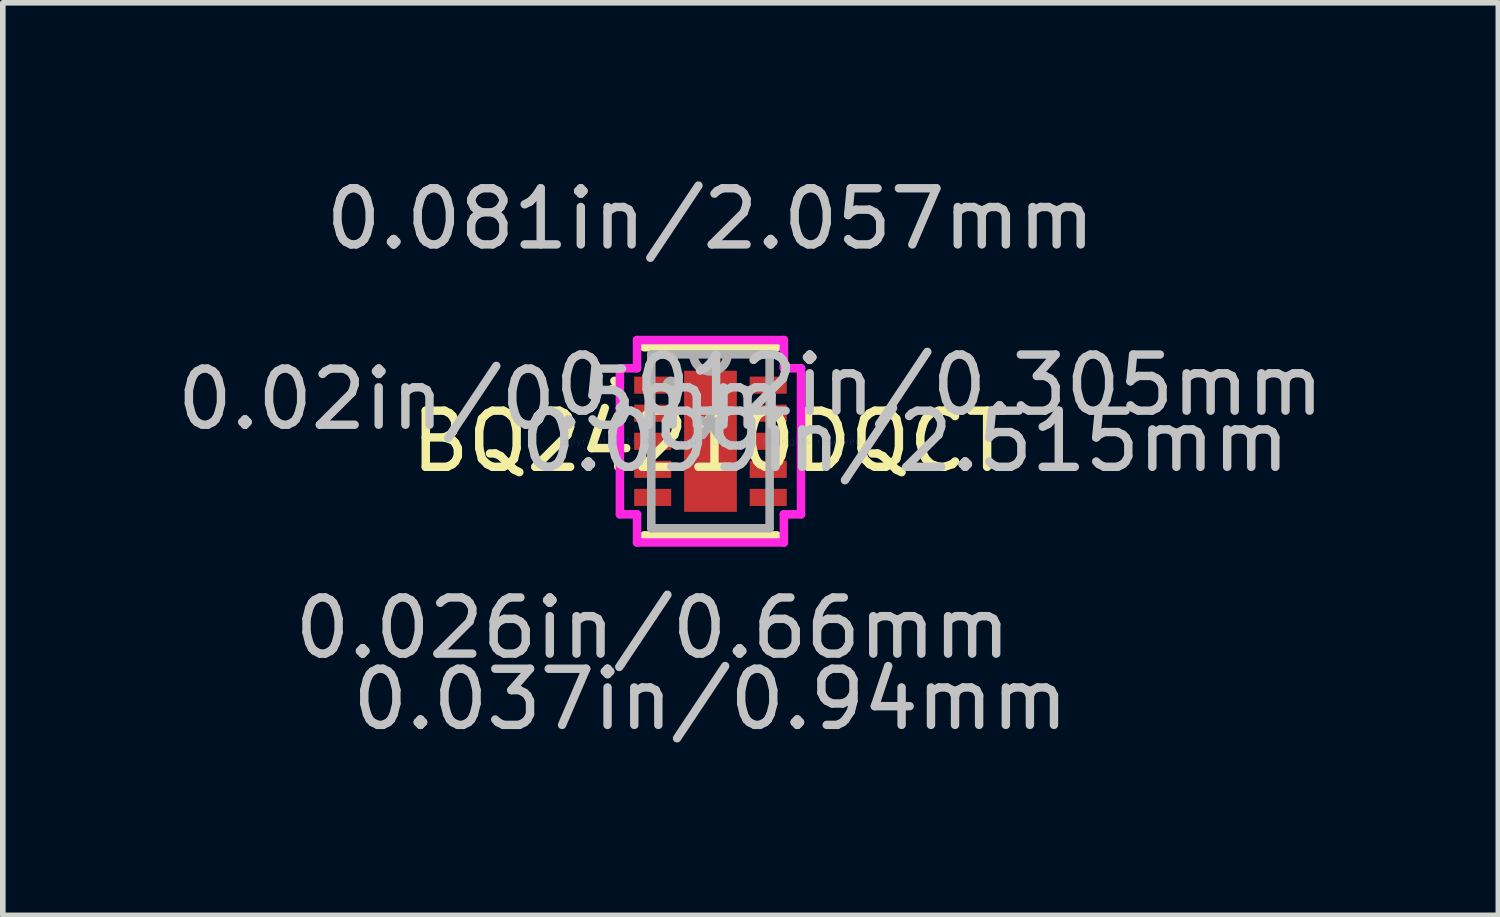
<source format=kicad_pcb>
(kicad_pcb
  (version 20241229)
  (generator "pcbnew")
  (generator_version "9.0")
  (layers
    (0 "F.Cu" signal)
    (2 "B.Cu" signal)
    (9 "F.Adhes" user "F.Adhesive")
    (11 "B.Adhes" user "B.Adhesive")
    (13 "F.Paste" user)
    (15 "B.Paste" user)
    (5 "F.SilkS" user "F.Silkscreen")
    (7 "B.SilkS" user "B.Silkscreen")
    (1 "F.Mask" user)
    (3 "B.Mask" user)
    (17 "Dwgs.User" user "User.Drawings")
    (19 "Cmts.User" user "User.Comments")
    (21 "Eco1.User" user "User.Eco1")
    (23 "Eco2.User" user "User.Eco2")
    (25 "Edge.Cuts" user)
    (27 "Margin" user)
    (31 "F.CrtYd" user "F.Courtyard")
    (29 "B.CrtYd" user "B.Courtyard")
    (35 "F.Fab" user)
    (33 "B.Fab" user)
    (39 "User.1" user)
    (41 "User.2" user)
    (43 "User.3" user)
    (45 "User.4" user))
  (footprint "BQ24210DQCT"
    (layer "F.Cu")
    (at 9.606 4.811)
    (property "Reference" "BQ24210DQCT" (at 0 0 0) (layer "F.SilkS") (effects (font (size 1 1) (thickness 0.15))))
    (attr through_hole)
    (fp_line (start -1.181 1.676) (end 1.181 1.676) (stroke (width 0.152) (type solid)) (layer "F.SilkS"))
    (fp_line (start 1.181 -1.676) (end -1.181 -1.676) (stroke (width 0.152) (type solid)) (layer "F.SilkS"))
    (fp_arc (start -1.7105 -1.0762) (mid -1.636671 -0.98114) (end -1.747046 -0.933136) (stroke (width 0.1524) (type solid)) (layer "F.SilkS"))
    (fp_line (start -0.47 -1.257) (end -0.47 1.257) (stroke (width 0.152) (type solid)) (layer "F.Paste"))
    (fp_line (start -0.47 1.257) (end 0.47 1.257) (stroke (width 0.152) (type solid)) (layer "F.Paste"))
    (fp_line (start 0.47 -1.257) (end -0.47 -1.257) (stroke (width 0.152) (type solid)) (layer "F.Paste"))
    (fp_line (start 0.47 1.257) (end 0.47 -1.257) (stroke (width 0.152) (type solid)) (layer "F.Paste"))
    (fp_line (start -1.613 -1.301) (end -1.308 -1.301) (stroke (width 0.152) (type solid)) (layer "F.CrtYd"))
    (fp_line (start -1.613 1.301) (end -1.613 -1.301) (stroke (width 0.152) (type solid)) (layer "F.CrtYd"))
    (fp_line (start -1.308 -1.803) (end 1.308 -1.803) (stroke (width 0.152) (type solid)) (layer "F.CrtYd"))
    (fp_line (start -1.308 -1.301) (end -1.308 -1.803) (stroke (width 0.152) (type solid)) (layer "F.CrtYd"))
    (fp_line (start -1.308 1.301) (end -1.613 1.301) (stroke (width 0.152) (type solid)) (layer "F.CrtYd"))
    (fp_line (start -1.308 1.803) (end -1.308 1.301) (stroke (width 0.152) (type solid)) (layer "F.CrtYd"))
    (fp_line (start 1.308 -1.803) (end 1.308 -1.301) (stroke (width 0.152) (type solid)) (layer "F.CrtYd"))
    (fp_line (start 1.308 -1.301) (end 1.613 -1.301) (stroke (width 0.152) (type solid)) (layer "F.CrtYd"))
    (fp_line (start 1.308 1.301) (end 1.308 1.803) (stroke (width 0.152) (type solid)) (layer "F.CrtYd"))
    (fp_line (start 1.308 1.803) (end -1.308 1.803) (stroke (width 0.152) (type solid)) (layer "F.CrtYd"))
    (fp_line (start 1.613 -1.301) (end 1.613 1.301) (stroke (width 0.152) (type solid)) (layer "F.CrtYd"))
    (fp_line (start 1.613 1.301) (end 1.308 1.301) (stroke (width 0.152) (type solid)) (layer "F.CrtYd"))
    (fp_line (start -1.054 -1.549) (end -1.054 1.549) (stroke (width 0.152) (type solid)) (layer "F.Fab"))
    (fp_line (start -1.054 1.549) (end 1.054 1.549) (stroke (width 0.152) (type solid)) (layer "F.Fab"))
    (fp_line (start 1.054 -1.549) (end -1.054 -1.549) (stroke (width 0.152) (type solid)) (layer "F.Fab"))
    (fp_line (start 1.054 1.549) (end 1.054 -1.549) (stroke (width 0.152) (type solid)) (layer "F.Fab"))
    (fp_arc (start 0.3048 -1.5494) (mid 0 -1.2446) (end -0.3048 -1.5494) (stroke (width 0.1524) (type solid)) (layer "F.Fab"))
    (fp_circle (center -0.699 -1) (end -0.622 -1) (stroke (width 0.152) (type solid)) (fill no) (layer "F.Fab"))
    (fp_text user "*" (at 0 0 0) (layer "F.SilkS") (effects (font (size 1 1) (thickness 0.15))))
    (fp_text user "0.037in/0.94mm" (at 0 4.597 0) (layer "Dwgs.User") (effects (font (size 1 1) (thickness 0.15))))
    (fp_text user "0.026in/0.66mm" (at -1.029 3.327 0) (layer "Dwgs.User") (effects (font (size 1 1) (thickness 0.15))))
    (fp_text user "0.099in/2.515mm" (at 3.467 0 0) (layer "Dwgs.User") (effects (font (size 1 1) (thickness 0.15))))
    (fp_text user "0.081in/2.057mm" (at 0 -3.962 0) (layer "Dwgs.User") (effects (font (size 1 1) (thickness 0.15))))
    (fp_text user "0.02in/0.5mm" (at -4.077 -0.75 0) (layer "Dwgs.User") (effects (font (size 1 1) (thickness 0.15))))
    (fp_text user "0.012in/0.305mm" (at 4.077 -1 0) (layer "Dwgs.User") (effects (font (size 1 1) (thickness 0.15))))
    (fp_text user "Copyright 2016 Accelerated Designs. All rights reserved." (at 0 0 0) (layer "Cmts.User") (effects (font (size 0.127 0.127) (thickness 0.002))))
    (fp_text user "*" (at 0 0 0) (layer "F.Fab") (effects (font (size 1 1) (thickness 0.15))))
    (pad "1" smd rect (at -1.029 -1) (size 0.66 0.305) (layers "F.Cu" "F.Mask" "F.Paste"))
    (pad "2" smd rect (at -1.029 -0.5) (size 0.66 0.305) (layers "F.Cu" "F.Mask" "F.Paste"))
    (pad "3" smd rect (at -1.029 0) (size 0.66 0.305) (layers "F.Cu" "F.Mask" "F.Paste"))
    (pad "4" smd rect (at -1.029 0.5) (size 0.66 0.305) (layers "F.Cu" "F.Mask" "F.Paste"))
    (pad "5" smd rect (at -1.029 1) (size 0.66 0.305) (layers "F.Cu" "F.Mask" "F.Paste"))
    (pad "6" smd rect (at 1.029 1) (size 0.66 0.305) (layers "F.Cu" "F.Mask" "F.Paste"))
    (pad "7" smd rect (at 1.029 0.5) (size 0.66 0.305) (layers "F.Cu" "F.Mask" "F.Paste"))
    (pad "8" smd rect (at 1.029 0) (size 0.66 0.305) (layers "F.Cu" "F.Mask" "F.Paste"))
    (pad "9" smd rect (at 1.029 -0.5) (size 0.66 0.305) (layers "F.Cu" "F.Mask" "F.Paste"))
    (pad "10" smd rect (at 1.029 -1) (size 0.66 0.305) (layers "F.Cu" "F.Mask" "F.Paste"))
    (pad "11" smd rect (at 0 0) (size 0.94 2.515) (layers "F.Cu" "F.Mask" "F.Paste")))
  (gr_rect
    (start -3 -3)
    (end 23.641 13.256)
    (stroke (width 0.1) (type default))
    (fill no)
    (layer "Edge.Cuts")))
</source>
